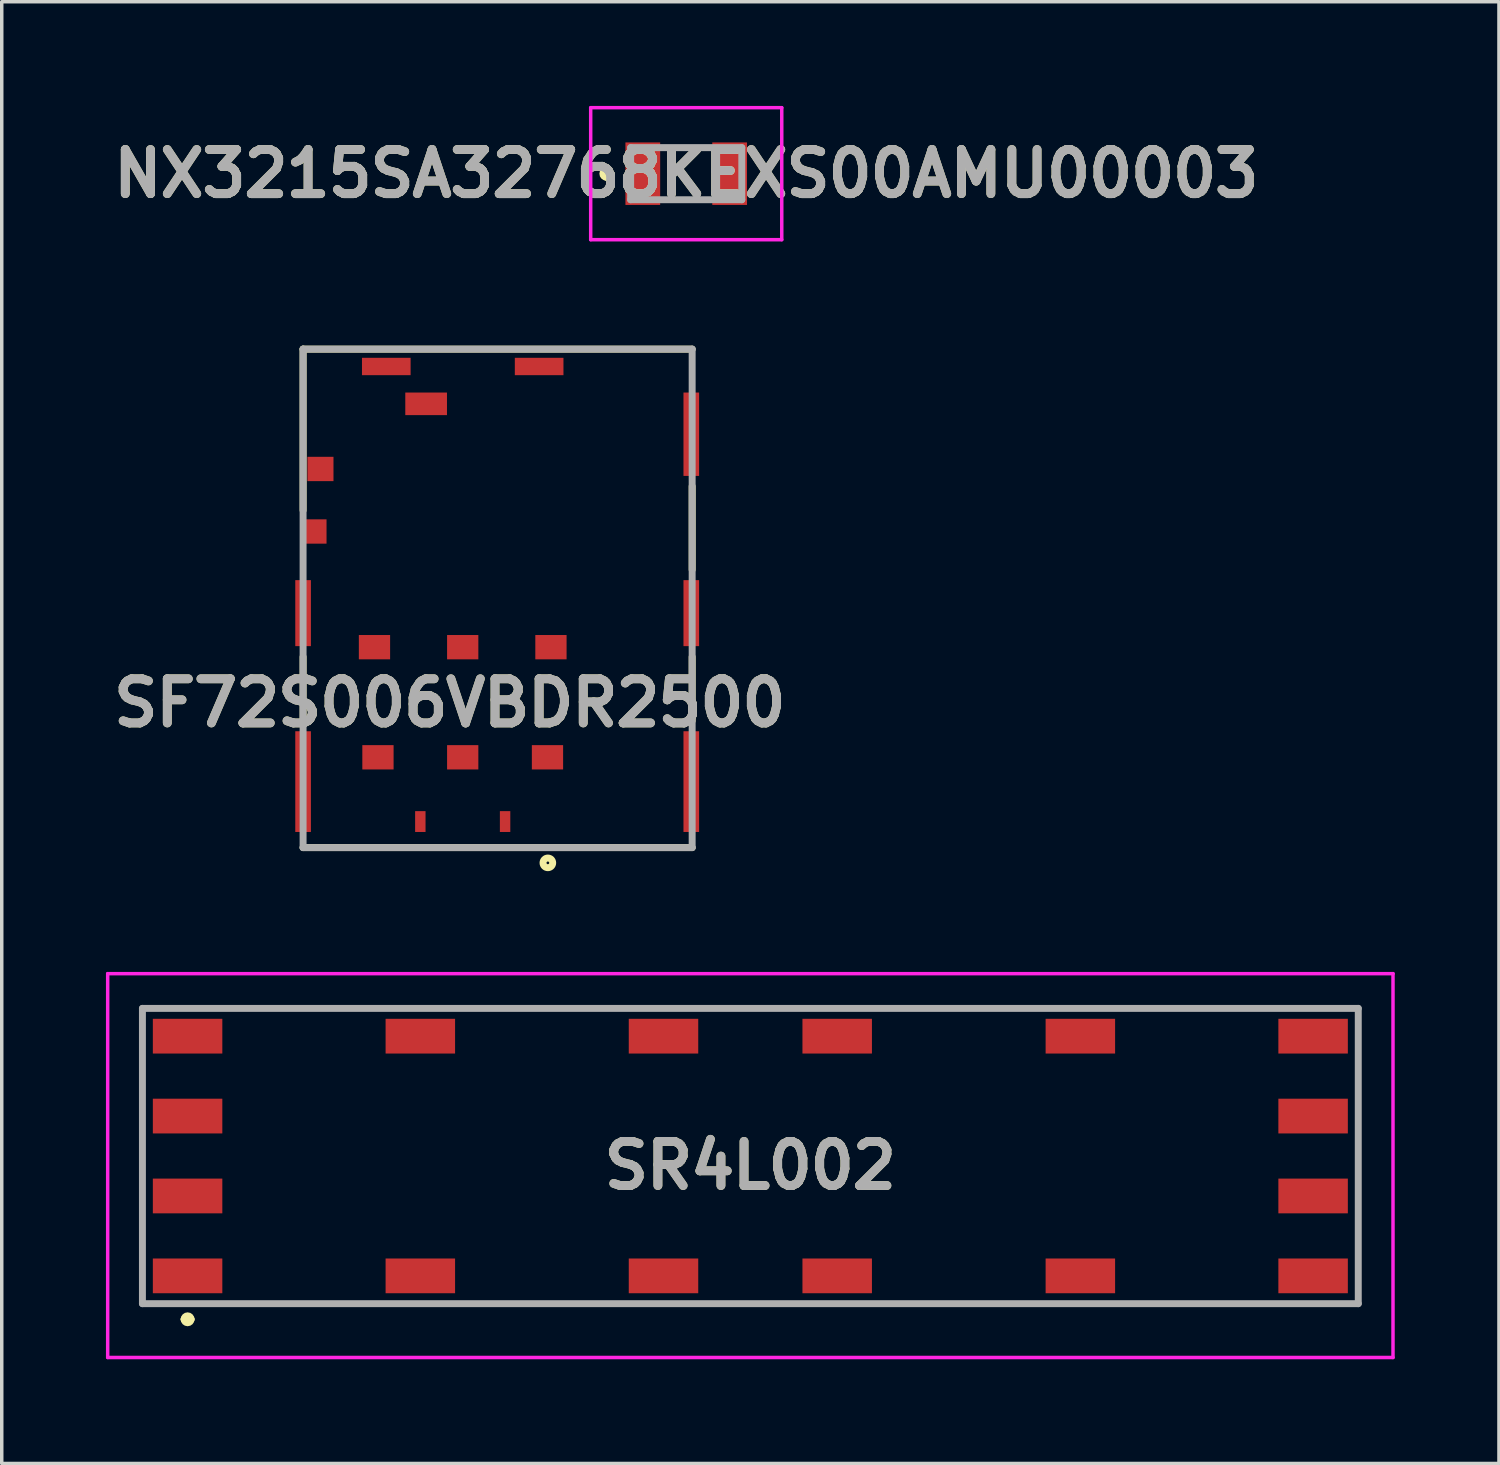
<source format=kicad_pcb>
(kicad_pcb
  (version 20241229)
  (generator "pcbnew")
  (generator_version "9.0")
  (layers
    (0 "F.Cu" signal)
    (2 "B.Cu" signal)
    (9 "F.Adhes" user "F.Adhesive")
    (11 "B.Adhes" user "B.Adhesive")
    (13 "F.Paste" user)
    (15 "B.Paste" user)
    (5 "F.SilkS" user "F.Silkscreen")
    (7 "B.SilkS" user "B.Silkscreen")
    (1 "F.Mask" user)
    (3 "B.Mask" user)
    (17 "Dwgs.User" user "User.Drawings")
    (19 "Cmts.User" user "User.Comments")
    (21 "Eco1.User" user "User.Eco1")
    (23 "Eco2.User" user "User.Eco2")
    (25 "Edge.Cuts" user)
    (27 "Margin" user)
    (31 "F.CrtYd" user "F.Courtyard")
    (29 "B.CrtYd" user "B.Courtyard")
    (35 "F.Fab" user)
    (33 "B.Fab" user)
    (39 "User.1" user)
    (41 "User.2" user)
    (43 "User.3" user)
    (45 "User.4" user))
  (footprint "NX3215SA32768KEXS00AMU00003"
    (layer "F.Cu")
    (at 16.704 1.95)
    (property "Reference" "NX3215SA32768KEXS00AMU00003" (at 0 0 0) (layer "F.SilkS") (effects (font (size 1.27 1.27) (thickness 0.254))))
    (attr smd)
    (fp_line (start -2.3 -0.1) (end -2.3 -0.1) (stroke (width 0.2) (type solid)) (layer "F.SilkS"))
    (fp_line (start -2.3 0.1) (end -2.3 0.1) (stroke (width 0.2) (type solid)) (layer "F.SilkS"))
    (fp_line (start -0.5 -0.75) (end 0.5 -0.75) (stroke (width 0.1) (type solid)) (layer "F.SilkS"))
    (fp_line (start -0.5 0.75) (end 0.5 0.75) (stroke (width 0.1) (type solid)) (layer "F.SilkS"))
    (fp_arc (start -2.3 -0.1) (mid -2.2 0) (end -2.3 0.1) (stroke (width 0.2) (type solid)) (layer "F.SilkS"))
    (fp_arc (start -2.3 0.1) (mid -2.4 0) (end -2.3 -0.1) (stroke (width 0.2) (type solid)) (layer "F.SilkS"))
    (fp_line (start -2.75 -1.9) (end 2.75 -1.9) (stroke (width 0.1) (type solid)) (layer "F.CrtYd"))
    (fp_line (start -2.75 1.9) (end -2.75 -1.9) (stroke (width 0.1) (type solid)) (layer "F.CrtYd"))
    (fp_line (start 2.75 -1.9) (end 2.75 1.9) (stroke (width 0.1) (type solid)) (layer "F.CrtYd"))
    (fp_line (start 2.75 1.9) (end -2.75 1.9) (stroke (width 0.1) (type solid)) (layer "F.CrtYd"))
    (fp_line (start -1.6 -0.75) (end 1.6 -0.75) (stroke (width 0.2) (type solid)) (layer "F.Fab"))
    (fp_line (start -1.6 0.75) (end -1.6 -0.75) (stroke (width 0.2) (type solid)) (layer "F.Fab"))
    (fp_line (start 1.6 -0.75) (end 1.6 0.75) (stroke (width 0.2) (type solid)) (layer "F.Fab"))
    (fp_line (start 1.6 0.75) (end -1.6 0.75) (stroke (width 0.2) (type solid)) (layer "F.Fab"))
    (fp_text user "${REFERENCE}" (at 0 0 0) (layer "F.Fab") (effects (font (size 1.27 1.27) (thickness 0.254))))
    (pad "1" smd rect (at -1.25 0) (size 1 1.8) (layers "F.Cu" "F.Mask" "F.Paste"))
    (pad "2" smd rect (at 1.25 0) (size 1 1.8) (layers "F.Cu" "F.Mask" "F.Paste")))
  (footprint "SF72S006VBDR2500"
    (layer "F.Cu")
    (at 16.875 21.35)
    (property "Reference" "SF72S006VBDR2500" (at -6.975 -4.164 0) (layer "F.SilkS") (effects (font (size 1.27 1.27) (thickness 0.254))))
    (attr smd)
    (fp_line (start -11.2 -14.35) (end -11.2 -9.709) (stroke (width 0.2) (type solid)) (layer "F.SilkS"))
    (fp_line (start -11.2 -5.49) (end -11.2 -3.65) (stroke (width 0.2) (type solid)) (layer "F.SilkS"))
    (fp_line (start -11.2 0) (end 0 0) (stroke (width 0.2) (type solid)) (layer "F.SilkS"))
    (fp_line (start 0 -14.35) (end -11.2 -14.35) (stroke (width 0.2) (type solid)) (layer "F.SilkS"))
    (fp_line (start 0 -10.401) (end 0 -8) (stroke (width 0.2) (type solid)) (layer "F.SilkS"))
    (fp_line (start 0 -5.49) (end 0 -3.65) (stroke (width 0.2) (type solid)) (layer "F.SilkS"))
    (fp_circle (center -4.154 0.439) (end -4.154 0.478) (stroke (width 0.2) (type solid)) (fill no) (layer "F.SilkS"))
    (fp_line (start -11.2 -14.35) (end 0 -14.35) (stroke (width 0.2) (type solid)) (layer "F.Fab"))
    (fp_line (start -11.2 0) (end -11.2 -14.35) (stroke (width 0.2) (type solid)) (layer "F.Fab"))
    (fp_line (start 0 -14.35) (end 0 0) (stroke (width 0.2) (type solid)) (layer "F.Fab"))
    (fp_line (start 0 0) (end -11.2 0) (stroke (width 0.2) (type solid)) (layer "F.Fab"))
    (fp_text user "${REFERENCE}" (at -6.975 -4.164 0) (layer "F.Fab") (effects (font (size 1.27 1.27) (thickness 0.254))))
    (pad "1" smd rect (at -4.165 -2.6 90) (size 0.7 0.9) (layers "F.Cu" "F.Mask" "F.Paste"))
    (pad "2" smd rect (at -6.605 -2.6 90) (size 0.7 0.9) (layers "F.Cu" "F.Mask" "F.Paste"))
    (pad "3" smd rect (at -9.045 -2.6 90) (size 0.7 0.9) (layers "F.Cu" "F.Mask" "F.Paste"))
    (pad "4" smd rect (at -4.065 -5.77 90) (size 0.7 0.9) (layers "F.Cu" "F.Mask" "F.Paste"))
    (pad "5" smd rect (at -6.605 -5.77 90) (size 0.7 0.9) (layers "F.Cu" "F.Mask" "F.Paste"))
    (pad "6" smd rect (at -9.145 -5.77 90) (size 0.7 0.9) (layers "F.Cu" "F.Mask" "F.Paste"))
    (pad "7" smd rect (at -11.2 -1.9) (size 0.45 2.9) (layers "F.Cu" "F.Mask" "F.Paste"))
    (pad "8" smd rect (at -11.2 -6.75) (size 0.45 1.9) (layers "F.Cu" "F.Mask" "F.Paste"))
    (pad "9" smd rect (at -10.7 -10.9 90) (size 0.7 0.75) (layers "F.Cu" "F.Mask" "F.Paste"))
    (pad "10" smd rect (at -8.805 -13.85 90) (size 0.5 1.4) (layers "F.Cu" "F.Mask" "F.Paste"))
    (pad "11" smd rect (at -4.405 -13.85 90) (size 0.5 1.4) (layers "F.Cu" "F.Mask" "F.Paste"))
    (pad "12" smd rect (at -0.025 -11.9) (size 0.45 2.4) (layers "F.Cu" "F.Mask" "F.Paste"))
    (pad "13" smd rect (at -0.025 -6.75) (size 0.45 1.9) (layers "F.Cu" "F.Mask" "F.Paste"))
    (pad "14" smd rect (at -0.025 -1.9) (size 0.45 2.9) (layers "F.Cu" "F.Mask" "F.Paste"))
    (pad "15" smd rect (at -5.385 -0.75) (size 0.3 0.6) (layers "F.Cu" "F.Mask" "F.Paste"))
    (pad "16" smd rect (at -7.825 -0.75) (size 0.3 0.6) (layers "F.Cu" "F.Mask" "F.Paste"))
    (pad "17" smd rect (at -10.875 -9.1 90) (size 0.7 0.7) (layers "F.Cu" "F.Mask" "F.Paste"))
    (pad "18" smd rect (at -7.658 -12.775 90) (size 0.65 1.2) (layers "F.Cu" "F.Mask" "F.Paste")))
  (footprint "SR4L002"
    (layer "F.Cu")
    (at 18.55 30.503)
    (property "Reference" "SR4L002" (at 0 0 0) (layer "F.SilkS") (effects (font (size 1.27 1.27) (thickness 0.254))))
    (attr smd)
    (fp_line (start -17.5 -4.525) (end 17.5 -4.525) (stroke (width 0.1) (type solid)) (layer "F.SilkS"))
    (fp_line (start -17.5 3.975) (end -17.5 -4.525) (stroke (width 0.1) (type solid)) (layer "F.SilkS"))
    (fp_line (start -16.3 4.425) (end -16.3 4.425) (stroke (width 0.2) (type solid)) (layer "F.SilkS"))
    (fp_line (start -16.1 4.425) (end -16.1 4.425) (stroke (width 0.2) (type solid)) (layer "F.SilkS"))
    (fp_line (start 17.5 -4.525) (end 17.5 3.975) (stroke (width 0.1) (type solid)) (layer "F.SilkS"))
    (fp_line (start 17.5 3.975) (end -17.5 3.975) (stroke (width 0.1) (type solid)) (layer "F.SilkS"))
    (fp_arc (start -16.3 4.425) (mid -16.2 4.325) (end -16.1 4.425) (stroke (width 0.2) (type solid)) (layer "F.SilkS"))
    (fp_arc (start -16.1 4.425) (mid -16.2 4.525) (end -16.3 4.425) (stroke (width 0.2) (type solid)) (layer "F.SilkS"))
    (fp_line (start -18.5 -5.525) (end 18.5 -5.525) (stroke (width 0.1) (type solid)) (layer "F.CrtYd"))
    (fp_line (start -18.5 5.525) (end -18.5 -5.525) (stroke (width 0.1) (type solid)) (layer "F.CrtYd"))
    (fp_line (start 18.5 -5.525) (end 18.5 5.525) (stroke (width 0.1) (type solid)) (layer "F.CrtYd"))
    (fp_line (start 18.5 5.525) (end -18.5 5.525) (stroke (width 0.1) (type solid)) (layer "F.CrtYd"))
    (fp_line (start -17.5 -4.525) (end 17.5 -4.525) (stroke (width 0.2) (type solid)) (layer "F.Fab"))
    (fp_line (start -17.5 3.975) (end -17.5 -4.525) (stroke (width 0.2) (type solid)) (layer "F.Fab"))
    (fp_line (start 17.5 -4.525) (end 17.5 3.975) (stroke (width 0.2) (type solid)) (layer "F.Fab"))
    (fp_line (start 17.5 3.975) (end -17.5 3.975) (stroke (width 0.2) (type solid)) (layer "F.Fab"))
    (fp_text user "${REFERENCE}" (at 0 0 0) (layer "F.Fab") (effects (font (size 1.27 1.27) (thickness 0.254))))
    (pad "1" smd rect (at -16.2 3.175 90) (size 1 2) (layers "F.Cu" "F.Mask" "F.Paste"))
    (pad "2" smd rect (at -9.5 3.175 90) (size 1 2) (layers "F.Cu" "F.Mask" "F.Paste"))
    (pad "3" smd rect (at -2.5 3.175 90) (size 1 2) (layers "F.Cu" "F.Mask" "F.Paste"))
    (pad "4" smd rect (at 2.5 3.175 90) (size 1 2) (layers "F.Cu" "F.Mask" "F.Paste"))
    (pad "5" smd rect (at 9.5 3.175 90) (size 1 2) (layers "F.Cu" "F.Mask" "F.Paste"))
    (pad "6" smd rect (at 16.2 3.175 90) (size 1 2) (layers "F.Cu" "F.Mask" "F.Paste"))
    (pad "7" smd rect (at 16.2 0.875 90) (size 1 2) (layers "F.Cu" "F.Mask" "F.Paste"))
    (pad "8" smd rect (at 16.2 -1.425 90) (size 1 2) (layers "F.Cu" "F.Mask" "F.Paste"))
    (pad "9" smd rect (at 16.2 -3.725 90) (size 1 2) (layers "F.Cu" "F.Mask" "F.Paste"))
    (pad "10" smd rect (at 9.5 -3.725 90) (size 1 2) (layers "F.Cu" "F.Mask" "F.Paste"))
    (pad "11" smd rect (at 2.5 -3.725 90) (size 1 2) (layers "F.Cu" "F.Mask" "F.Paste"))
    (pad "12" smd rect (at -2.5 -3.725 90) (size 1 2) (layers "F.Cu" "F.Mask" "F.Paste"))
    (pad "13" smd rect (at -9.5 -3.725 90) (size 1 2) (layers "F.Cu" "F.Mask" "F.Paste"))
    (pad "14" smd rect (at -16.2 -3.725 90) (size 1 2) (layers "F.Cu" "F.Mask" "F.Paste"))
    (pad "15" smd rect (at -16.2 -1.425 90) (size 1 2) (layers "F.Cu" "F.Mask" "F.Paste"))
    (pad "16" smd rect (at -16.2 0.875 90) (size 1 2) (layers "F.Cu" "F.Mask" "F.Paste")))
  (gr_rect
    (start -3 -3)
    (end 40.1 39.078)
    (stroke (width 0.1) (type default))
    (fill no)
    (layer "Edge.Cuts")))
</source>
